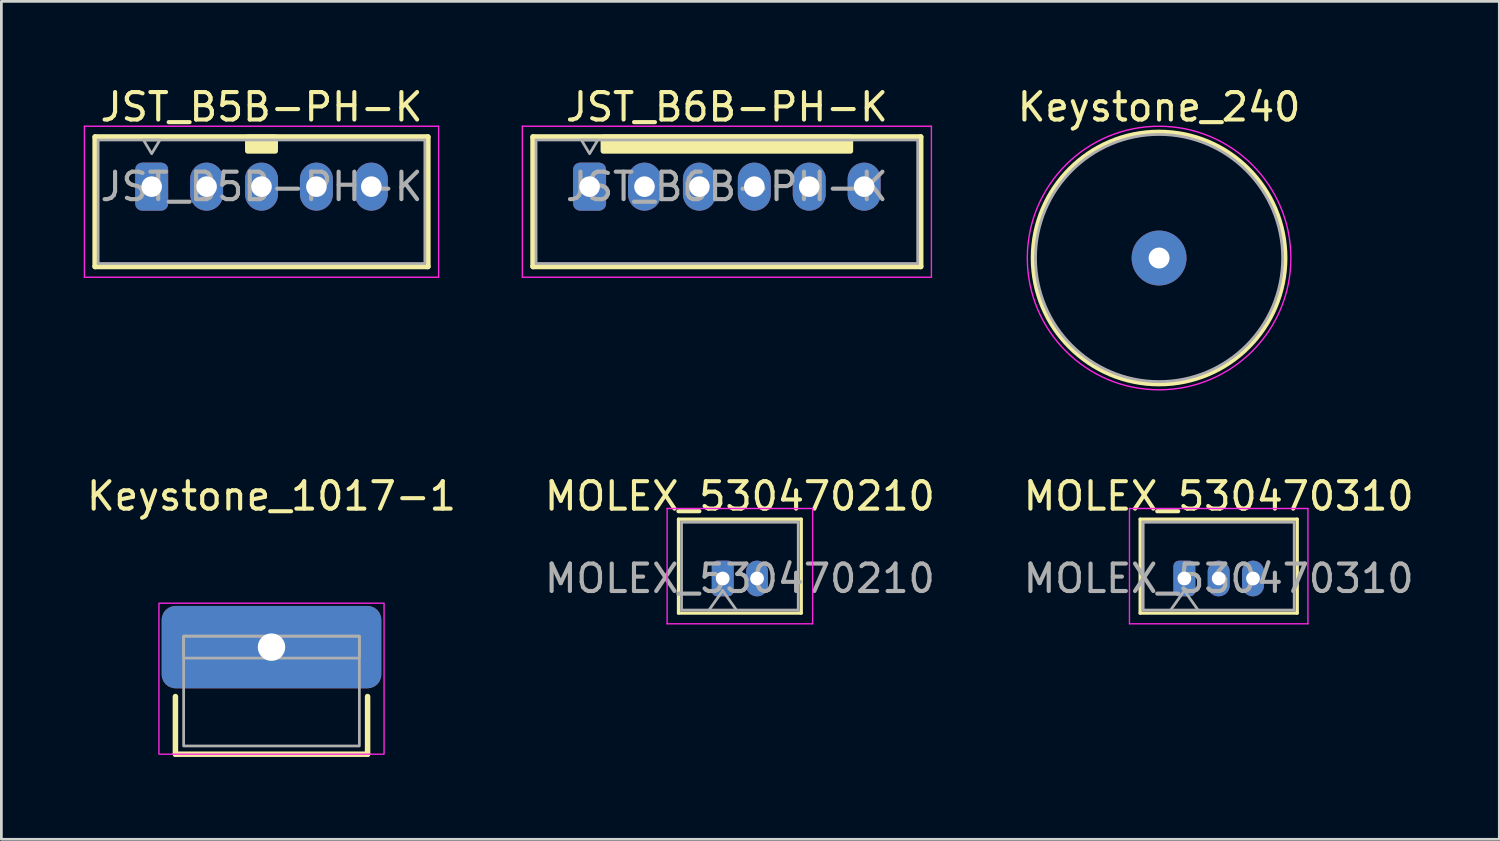
<source format=kicad_pcb>
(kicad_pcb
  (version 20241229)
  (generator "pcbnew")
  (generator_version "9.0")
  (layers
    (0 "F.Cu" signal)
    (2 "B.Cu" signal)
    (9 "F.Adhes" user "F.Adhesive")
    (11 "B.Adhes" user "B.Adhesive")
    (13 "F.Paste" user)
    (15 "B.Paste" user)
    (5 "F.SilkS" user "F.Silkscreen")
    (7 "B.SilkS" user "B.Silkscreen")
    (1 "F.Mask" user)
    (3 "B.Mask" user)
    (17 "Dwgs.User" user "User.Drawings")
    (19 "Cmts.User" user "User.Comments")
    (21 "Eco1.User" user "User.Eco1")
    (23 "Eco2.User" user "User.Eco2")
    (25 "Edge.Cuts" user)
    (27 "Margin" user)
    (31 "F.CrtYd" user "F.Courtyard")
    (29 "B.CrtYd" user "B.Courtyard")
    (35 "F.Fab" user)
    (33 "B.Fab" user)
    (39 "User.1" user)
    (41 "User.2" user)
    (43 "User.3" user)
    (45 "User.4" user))
  (footprint "JST_B6B-PH-K"
    (layer "F.Cu")
    (at 23.425 3.748)
    (property "Reference" "JST_B6B-PH-K" (at 0 -2.9 0) (layer "F.SilkS") (effects (font (size 1 1) (thickness 0.15))))
    (attr through_hole)
    (fp_line (start -7.06 -1.81) (end -7.06 2.91) (stroke (width 0.2) (type solid)) (layer "F.SilkS"))
    (fp_line (start -7.06 2.91) (end 7.06 2.91) (stroke (width 0.2) (type solid)) (layer "F.SilkS"))
    (fp_line (start 7.06 -1.81) (end -7.06 -1.81) (stroke (width 0.2) (type solid)) (layer "F.SilkS"))
    (fp_line (start 7.06 2.91) (end 7.06 -1.81) (stroke (width 0.2) (type solid)) (layer "F.SilkS"))
    (fp_rect (start -4.5 -1.8) (end 4.5 -1.3) (stroke (width 0.2) (type solid)) (fill yes) (layer "F.SilkS"))
    (fp_line (start -7.45 -2.2) (end -7.45 3.3) (stroke (width 0.05) (type solid)) (layer "F.CrtYd"))
    (fp_line (start -7.45 3.3) (end 7.45 3.3) (stroke (width 0.05) (type solid)) (layer "F.CrtYd"))
    (fp_line (start 7.45 -2.2) (end -7.45 -2.2) (stroke (width 0.05) (type solid)) (layer "F.CrtYd"))
    (fp_line (start 7.45 3.3) (end 7.45 -2.2) (stroke (width 0.05) (type solid)) (layer "F.CrtYd"))
    (fp_line (start -6.95 -1.7) (end -6.95 2.8) (stroke (width 0.1) (type solid)) (layer "F.Fab"))
    (fp_line (start -6.95 2.8) (end 6.95 2.8) (stroke (width 0.1) (type solid)) (layer "F.Fab"))
    (fp_line (start 6.95 -1.7) (end -6.95 -1.7) (stroke (width 0.1) (type solid)) (layer "F.Fab"))
    (fp_line (start 6.95 2.8) (end 6.95 -1.7) (stroke (width 0.1) (type solid)) (layer "F.Fab"))
    (fp_poly (pts (xy -5 -1.2) (xy -4.7 -1.7) (xy -5.3 -1.7)) (stroke (width 0.1) (type solid)) (fill no) (layer "F.Fab"))
    (fp_text user "${REFERENCE}" (at 0 0 0) (layer "F.Fab") (effects (font (size 1 1) (thickness 0.15))))
    (pad "1" thru_hole roundrect (at -5 0) (size 1.2 1.75) (drill 0.75) (layers "*.Cu" "*.Mask") (roundrect_rratio 0.208))
    (pad "2" thru_hole oval (at -3 0) (size 1.2 1.75) (drill 0.75) (layers "*.Cu" "*.Mask"))
    (pad "3" thru_hole oval (at -1 0) (size 1.2 1.75) (drill 0.75) (layers "*.Cu" "*.Mask"))
    (pad "4" thru_hole oval (at 1 0) (size 1.2 1.75) (drill 0.75) (layers "*.Cu" "*.Mask"))
    (pad "5" thru_hole oval (at 3 0) (size 1.2 1.75) (drill 0.75) (layers "*.Cu" "*.Mask"))
    (pad "6" thru_hole oval (at 5 0) (size 1.2 1.75) (drill 0.75) (layers "*.Cu" "*.Mask")))
  (footprint "MOLEX_530470210"
    (layer "F.Cu")
    (at 23.899 18.021)
    (property "Reference" "MOLEX_530470210" (at 0 -3 0) (layer "F.SilkS") (effects (font (size 1 1) (thickness 0.15))))
    (attr through_hole)
    (fp_line (start -2.235 -2.16) (end -2.235 1.26) (stroke (width 0.12) (type solid)) (layer "F.SilkS"))
    (fp_line (start -2.235 1.26) (end 2.235 1.26) (stroke (width 0.12) (type solid)) (layer "F.SilkS"))
    (fp_line (start 2.235 -2.16) (end -2.235 -2.16) (stroke (width 0.12) (type solid)) (layer "F.SilkS"))
    (fp_line (start 2.235 1.26) (end 2.235 -2.16) (stroke (width 0.12) (type solid)) (layer "F.SilkS"))
    (fp_line (start -2.65 -2.55) (end -2.65 1.65) (stroke (width 0.05) (type solid)) (layer "F.CrtYd"))
    (fp_line (start -2.65 1.65) (end 2.65 1.65) (stroke (width 0.05) (type solid)) (layer "F.CrtYd"))
    (fp_line (start 2.65 -2.55) (end -2.65 -2.55) (stroke (width 0.05) (type solid)) (layer "F.CrtYd"))
    (fp_line (start 2.65 1.65) (end 2.65 -2.55) (stroke (width 0.05) (type solid)) (layer "F.CrtYd"))
    (fp_line (start -2.125 -2.05) (end -2.125 1.15) (stroke (width 0.1) (type solid)) (layer "F.Fab"))
    (fp_line (start -2.125 1.15) (end 2.125 1.15) (stroke (width 0.1) (type solid)) (layer "F.Fab"))
    (fp_line (start -1.125 1.15) (end -0.625 0.443) (stroke (width 0.1) (type solid)) (layer "F.Fab"))
    (fp_line (start -0.625 0.443) (end -0.125 1.15) (stroke (width 0.1) (type solid)) (layer "F.Fab"))
    (fp_line (start 2.125 -2.05) (end -2.125 -2.05) (stroke (width 0.1) (type solid)) (layer "F.Fab"))
    (fp_line (start 2.125 1.15) (end 2.125 -2.05) (stroke (width 0.1) (type solid)) (layer "F.Fab"))
    (fp_text user "${REFERENCE}" (at 0 0 0) (layer "F.Fab") (effects (font (size 1 1) (thickness 0.15))))
    (pad "1" thru_hole roundrect (at -0.625 0) (size 0.8 1.3) (drill 0.5) (layers "*.Cu" "*.Mask") (roundrect_rratio 0.25))
    (pad "2" thru_hole oval (at 0.625 0) (size 0.8 1.3) (drill 0.5) (layers "*.Cu" "*.Mask")))
  (footprint "JST_B5B-PH-K"
    (layer "F.Cu")
    (at 6.475 3.748)
    (property "Reference" "JST_B5B-PH-K" (at 0 -2.9 0) (layer "F.SilkS") (effects (font (size 1 1) (thickness 0.15))))
    (attr through_hole)
    (fp_line (start -6.06 -1.81) (end -6.06 2.91) (stroke (width 0.2) (type solid)) (layer "F.SilkS"))
    (fp_line (start -6.06 2.91) (end 6.06 2.91) (stroke (width 0.2) (type solid)) (layer "F.SilkS"))
    (fp_line (start 6.06 -1.81) (end -6.06 -1.81) (stroke (width 0.2) (type solid)) (layer "F.SilkS"))
    (fp_line (start 6.06 2.91) (end 6.06 -1.81) (stroke (width 0.2) (type solid)) (layer "F.SilkS"))
    (fp_rect (start -0.5 -1.8) (end 0.5 -1.3) (stroke (width 0.2) (type solid)) (fill yes) (layer "F.SilkS"))
    (fp_line (start -6.45 -2.2) (end -6.45 3.3) (stroke (width 0.05) (type solid)) (layer "F.CrtYd"))
    (fp_line (start -6.45 3.3) (end 6.45 3.3) (stroke (width 0.05) (type solid)) (layer "F.CrtYd"))
    (fp_line (start 6.45 -2.2) (end -6.45 -2.2) (stroke (width 0.05) (type solid)) (layer "F.CrtYd"))
    (fp_line (start 6.45 3.3) (end 6.45 -2.2) (stroke (width 0.05) (type solid)) (layer "F.CrtYd"))
    (fp_line (start -5.95 -1.7) (end -5.95 2.8) (stroke (width 0.1) (type solid)) (layer "F.Fab"))
    (fp_line (start -5.95 2.8) (end 5.95 2.8) (stroke (width 0.1) (type solid)) (layer "F.Fab"))
    (fp_line (start 5.95 -1.7) (end -5.95 -1.7) (stroke (width 0.1) (type solid)) (layer "F.Fab"))
    (fp_line (start 5.95 2.8) (end 5.95 -1.7) (stroke (width 0.1) (type solid)) (layer "F.Fab"))
    (fp_poly (pts (xy -4 -1.2) (xy -3.7 -1.7) (xy -4.3 -1.7)) (stroke (width 0.1) (type solid)) (fill no) (layer "F.Fab"))
    (fp_text user "${REFERENCE}" (at 0 0 0) (layer "F.Fab") (effects (font (size 1 1) (thickness 0.15))))
    (pad "1" thru_hole roundrect (at -4 0) (size 1.2 1.75) (drill 0.75) (layers "*.Cu" "*.Mask") (roundrect_rratio 0.208))
    (pad "2" thru_hole oval (at -2 0) (size 1.2 1.75) (drill 0.75) (layers "*.Cu" "*.Mask"))
    (pad "3" thru_hole oval (at 0 0) (size 1.2 1.75) (drill 0.75) (layers "*.Cu" "*.Mask"))
    (pad "4" thru_hole oval (at 2 0) (size 1.2 1.75) (drill 0.75) (layers "*.Cu" "*.Mask"))
    (pad "5" thru_hole oval (at 4 0) (size 1.2 1.75) (drill 0.75) (layers "*.Cu" "*.Mask")))
  (footprint "MOLEX_530470310"
    (layer "F.Cu")
    (at 41.339 18.021)
    (property "Reference" "MOLEX_530470310" (at 0 -3 0) (layer "F.SilkS") (effects (font (size 1 1) (thickness 0.15))))
    (attr through_hole)
    (fp_line (start -2.86 -2.16) (end -2.86 1.26) (stroke (width 0.12) (type solid)) (layer "F.SilkS"))
    (fp_line (start -2.86 1.26) (end 2.86 1.26) (stroke (width 0.12) (type solid)) (layer "F.SilkS"))
    (fp_line (start 2.86 -2.16) (end -2.86 -2.16) (stroke (width 0.12) (type solid)) (layer "F.SilkS"))
    (fp_line (start 2.86 1.26) (end 2.86 -2.16) (stroke (width 0.12) (type solid)) (layer "F.SilkS"))
    (fp_line (start -3.25 -2.55) (end -3.25 1.65) (stroke (width 0.05) (type solid)) (layer "F.CrtYd"))
    (fp_line (start -3.25 1.65) (end 3.25 1.65) (stroke (width 0.05) (type solid)) (layer "F.CrtYd"))
    (fp_line (start 3.25 -2.55) (end -3.25 -2.55) (stroke (width 0.05) (type solid)) (layer "F.CrtYd"))
    (fp_line (start 3.25 1.65) (end 3.25 -2.55) (stroke (width 0.05) (type solid)) (layer "F.CrtYd"))
    (fp_line (start -2.75 -2.05) (end -2.75 1.15) (stroke (width 0.1) (type solid)) (layer "F.Fab"))
    (fp_line (start -2.75 1.15) (end 2.75 1.15) (stroke (width 0.1) (type solid)) (layer "F.Fab"))
    (fp_line (start -1.75 1.15) (end -1.25 0.443) (stroke (width 0.1) (type solid)) (layer "F.Fab"))
    (fp_line (start -1.25 0.443) (end -0.75 1.15) (stroke (width 0.1) (type solid)) (layer "F.Fab"))
    (fp_line (start 2.75 -2.05) (end -2.75 -2.05) (stroke (width 0.1) (type solid)) (layer "F.Fab"))
    (fp_line (start 2.75 1.15) (end 2.75 -2.05) (stroke (width 0.1) (type solid)) (layer "F.Fab"))
    (fp_text user "${REFERENCE}" (at 0 0 0) (layer "F.Fab") (effects (font (size 1 1) (thickness 0.15))))
    (pad "1" thru_hole roundrect (at -1.25 0) (size 0.8 1.3) (drill 0.5) (layers "*.Cu" "*.Mask") (roundrect_rratio 0.25))
    (pad "2" thru_hole oval (at 0 0) (size 0.8 1.3) (drill 0.5) (layers "*.Cu" "*.Mask"))
    (pad "3" thru_hole oval (at 1.25 0) (size 0.8 1.3) (drill 0.5) (layers "*.Cu" "*.Mask")))
  (footprint "Keystone_240"
    (layer "F.Cu")
    (at 39.168 6.348)
    (property "Reference" "Keystone_240" (at 0 -5.5 0) (unlocked yes) (layer "F.SilkS") (effects (font (size 1 1) (thickness 0.15))))
    (attr through_hole)
    (fp_circle (center 0 0) (end 4.6 0) (stroke (width 0.15) (type default)) (fill no) (layer "F.SilkS"))
    (fp_circle (center 0 0) (end 4.8 0) (stroke (width 0.05) (type default)) (fill no) (layer "F.CrtYd"))
    (fp_circle (center 0 0) (end 4.5 0) (stroke (width 0.1) (type default)) (fill no) (layer "F.Fab"))
    (pad "1" thru_hole circle (at 0 0) (size 2 2) (drill 0.762) (layers "*.Cu" "*.Mask")))
  (footprint "Keystone_1017-1"
    (layer "F.Cu")
    (at 6.839 20.521)
    (property "Reference" "Keystone_1017-1" (at 0 -5.5 0) (unlocked yes) (layer "F.SilkS") (effects (font (size 1 1) (thickness 0.15))))
    (attr through_hole)
    (fp_line (start -3.5 1.8) (end -3.5 3.9) (stroke (width 0.2) (type default)) (layer "F.SilkS"))
    (fp_line (start -3.5 3.9) (end 3.5 3.9) (stroke (width 0.2) (type default)) (layer "F.SilkS"))
    (fp_line (start 3.5 1.8) (end 3.5 3.9) (stroke (width 0.2) (type default)) (layer "F.SilkS"))
    (fp_rect (start -4.1 -1.6) (end 4.1 3.9) (stroke (width 0.05) (type default)) (fill no) (layer "F.CrtYd"))
    (fp_rect (start -3.2 -0.4) (end 3.2 0.4) (stroke (width 0.1) (type default)) (fill no) (layer "F.Fab"))
    (fp_rect (start -3.2 -0.4) (end 3.2 3.6) (stroke (width 0.1) (type default)) (fill no) (layer "F.Fab"))
    (pad "1" thru_hole roundrect (at 0 0) (size 8 3) (drill 1) (layers "*.Cu" "*.Mask") (roundrect_rratio 0.167)))
  (gr_rect
    (start -3 -3)
    (end 51.56 27.521)
    (stroke (width 0.1) (type default))
    (fill no)
    (layer "Edge.Cuts")))
</source>
